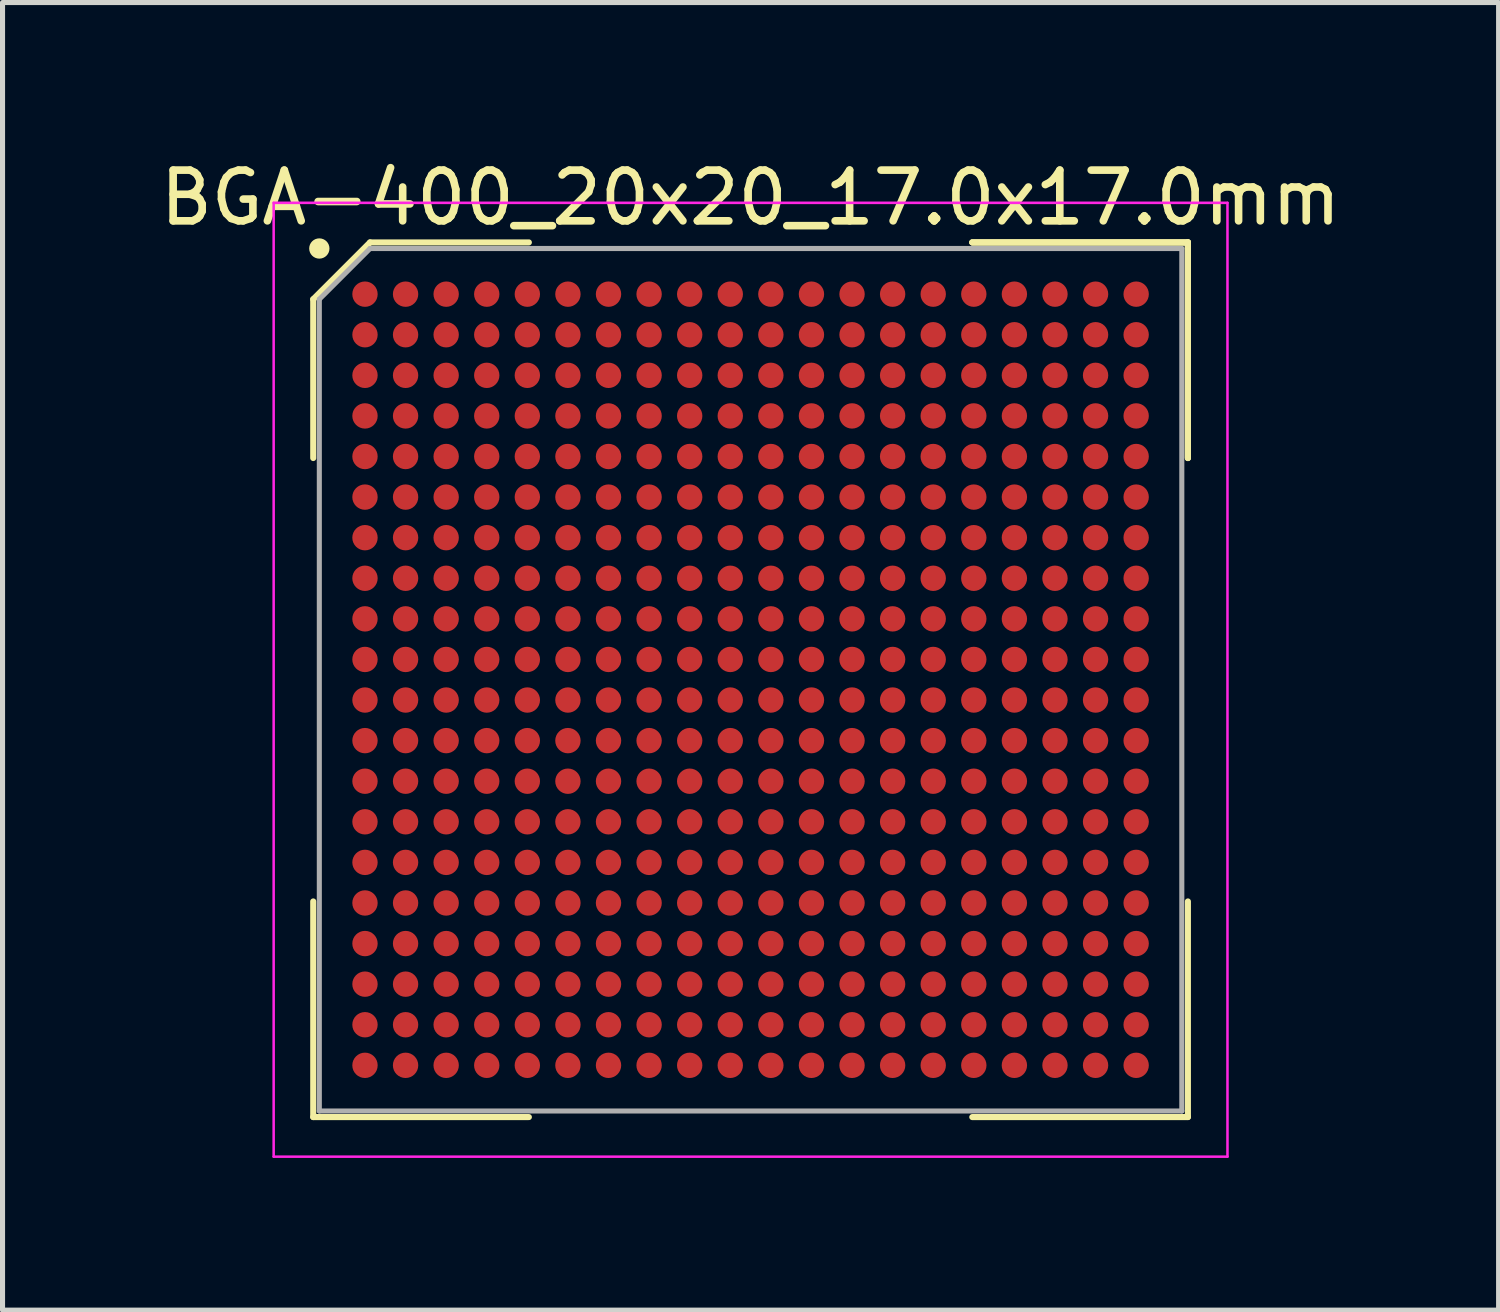
<source format=kicad_pcb>
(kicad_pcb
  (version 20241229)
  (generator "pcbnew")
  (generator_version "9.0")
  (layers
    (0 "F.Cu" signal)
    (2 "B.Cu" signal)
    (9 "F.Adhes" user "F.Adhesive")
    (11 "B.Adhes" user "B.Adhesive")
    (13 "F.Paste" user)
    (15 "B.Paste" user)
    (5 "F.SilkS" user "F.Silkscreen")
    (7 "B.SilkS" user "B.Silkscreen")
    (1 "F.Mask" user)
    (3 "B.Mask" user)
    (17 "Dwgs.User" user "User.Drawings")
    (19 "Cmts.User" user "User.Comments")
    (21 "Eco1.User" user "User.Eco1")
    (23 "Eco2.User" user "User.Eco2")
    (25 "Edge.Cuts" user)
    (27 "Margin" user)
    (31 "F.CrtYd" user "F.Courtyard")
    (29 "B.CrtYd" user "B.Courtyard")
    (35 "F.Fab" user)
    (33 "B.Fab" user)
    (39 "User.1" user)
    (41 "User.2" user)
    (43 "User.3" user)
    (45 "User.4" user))
  (footprint "BGA-400_20x20_17.0x17.0mm"
    (layer "F.Cu")
    (at 11.744 10.348)
    (property "Reference" "BGA-400_20x20_17.0x17.0mm" (at 0 -9.5 0) (layer "F.SilkS") (effects (font (size 1 1) (thickness 0.15))))
    (attr smd)
    (fp_line (start -8.62 -7.5) (end -8.62 -4.37) (stroke (width 0.12) (type solid)) (layer "F.SilkS"))
    (fp_line (start -8.62 8.62) (end -8.62 4.37) (stroke (width 0.12) (type solid)) (layer "F.SilkS"))
    (fp_line (start -7.5 -8.62) (end -8.62 -7.5) (stroke (width 0.12) (type solid)) (layer "F.SilkS"))
    (fp_line (start -4.37 -8.62) (end -7.5 -8.62) (stroke (width 0.12) (type solid)) (layer "F.SilkS"))
    (fp_line (start -4.37 8.62) (end -8.62 8.62) (stroke (width 0.12) (type solid)) (layer "F.SilkS"))
    (fp_line (start 4.37 -8.62) (end 8.62 -8.62) (stroke (width 0.12) (type solid)) (layer "F.SilkS"))
    (fp_line (start 4.37 -8.62) (end 8.62 -8.62) (stroke (width 0.12) (type solid)) (layer "F.SilkS"))
    (fp_line (start 4.37 -8.62) (end 8.62 -8.62) (stroke (width 0.12) (type solid)) (layer "F.SilkS"))
    (fp_line (start 4.37 8.62) (end 8.62 8.62) (stroke (width 0.12) (type solid)) (layer "F.SilkS"))
    (fp_line (start 8.62 -8.62) (end 8.62 -4.37) (stroke (width 0.12) (type solid)) (layer "F.SilkS"))
    (fp_line (start 8.62 -8.62) (end 8.62 -4.37) (stroke (width 0.12) (type solid)) (layer "F.SilkS"))
    (fp_line (start 8.62 -8.62) (end 8.62 -4.37) (stroke (width 0.12) (type solid)) (layer "F.SilkS"))
    (fp_line (start 8.62 8.62) (end 8.62 4.37) (stroke (width 0.12) (type solid)) (layer "F.SilkS"))
    (fp_circle (center -8.5 -8.5) (end -8.5 -8.4) (stroke (width 0.2) (type solid)) (fill no) (layer "F.SilkS"))
    (fp_line (start -9.4 -9.4) (end 9.4 -9.4) (stroke (width 0.05) (type solid)) (layer "F.CrtYd"))
    (fp_line (start -9.4 9.4) (end -9.4 -9.4) (stroke (width 0.05) (type solid)) (layer "F.CrtYd"))
    (fp_line (start 9.4 -9.4) (end 9.4 9.4) (stroke (width 0.05) (type solid)) (layer "F.CrtYd"))
    (fp_line (start 9.4 9.4) (end -9.4 9.4) (stroke (width 0.05) (type solid)) (layer "F.CrtYd"))
    (fp_line (start -8.5 -7.5) (end -8.5 8.5) (stroke (width 0.1) (type solid)) (layer "F.Fab"))
    (fp_line (start -8.5 8.5) (end 8.5 8.5) (stroke (width 0.1) (type solid)) (layer "F.Fab"))
    (fp_line (start -7.5 -8.5) (end -8.5 -7.5) (stroke (width 0.1) (type solid)) (layer "F.Fab"))
    (fp_line (start 8.5 -8.5) (end -7.5 -8.5) (stroke (width 0.1) (type solid)) (layer "F.Fab"))
    (fp_line (start 8.5 8.5) (end 8.5 -8.5) (stroke (width 0.1) (type solid)) (layer "F.Fab"))
    (pad "A1" smd circle (at -7.6 -7.6) (size 0.5 0.5) (layers "F.Cu" "F.Mask" "F.Paste"))
    (pad "A2" smd circle (at -6.8 -7.6) (size 0.5 0.5) (layers "F.Cu" "F.Mask" "F.Paste"))
    (pad "A3" smd circle (at -6 -7.6) (size 0.5 0.5) (layers "F.Cu" "F.Mask" "F.Paste"))
    (pad "A4" smd circle (at -5.2 -7.6) (size 0.5 0.5) (layers "F.Cu" "F.Mask" "F.Paste"))
    (pad "A5" smd circle (at -4.4 -7.6) (size 0.5 0.5) (layers "F.Cu" "F.Mask" "F.Paste"))
    (pad "A6" smd circle (at -3.6 -7.6) (size 0.5 0.5) (layers "F.Cu" "F.Mask" "F.Paste"))
    (pad "A7" smd circle (at -2.8 -7.6) (size 0.5 0.5) (layers "F.Cu" "F.Mask" "F.Paste"))
    (pad "A8" smd circle (at -2 -7.6) (size 0.5 0.5) (layers "F.Cu" "F.Mask" "F.Paste"))
    (pad "A9" smd circle (at -1.2 -7.6) (size 0.5 0.5) (layers "F.Cu" "F.Mask" "F.Paste"))
    (pad "A10" smd circle (at -0.4 -7.6) (size 0.5 0.5) (layers "F.Cu" "F.Mask" "F.Paste"))
    (pad "A11" smd circle (at 0.4 -7.6) (size 0.5 0.5) (layers "F.Cu" "F.Mask" "F.Paste"))
    (pad "A12" smd circle (at 1.2 -7.6) (size 0.5 0.5) (layers "F.Cu" "F.Mask" "F.Paste"))
    (pad "A13" smd circle (at 2 -7.6) (size 0.5 0.5) (layers "F.Cu" "F.Mask" "F.Paste"))
    (pad "A14" smd circle (at 2.8 -7.6) (size 0.5 0.5) (layers "F.Cu" "F.Mask" "F.Paste"))
    (pad "A15" smd circle (at 3.6 -7.6) (size 0.5 0.5) (layers "F.Cu" "F.Mask" "F.Paste"))
    (pad "A16" smd circle (at 4.4 -7.6) (size 0.5 0.5) (layers "F.Cu" "F.Mask" "F.Paste"))
    (pad "A17" smd circle (at 5.2 -7.6) (size 0.5 0.5) (layers "F.Cu" "F.Mask" "F.Paste"))
    (pad "A18" smd circle (at 6 -7.6) (size 0.5 0.5) (layers "F.Cu" "F.Mask" "F.Paste"))
    (pad "A19" smd circle (at 6.8 -7.6) (size 0.5 0.5) (layers "F.Cu" "F.Mask" "F.Paste"))
    (pad "A20" smd circle (at 7.6 -7.6) (size 0.5 0.5) (layers "F.Cu" "F.Mask" "F.Paste"))
    (pad "B1" smd circle (at -7.6 -6.8) (size 0.5 0.5) (layers "F.Cu" "F.Mask" "F.Paste"))
    (pad "B2" smd circle (at -6.8 -6.8) (size 0.5 0.5) (layers "F.Cu" "F.Mask" "F.Paste"))
    (pad "B3" smd circle (at -6 -6.8) (size 0.5 0.5) (layers "F.Cu" "F.Mask" "F.Paste"))
    (pad "B4" smd circle (at -5.2 -6.8) (size 0.5 0.5) (layers "F.Cu" "F.Mask" "F.Paste"))
    (pad "B5" smd circle (at -4.4 -6.8) (size 0.5 0.5) (layers "F.Cu" "F.Mask" "F.Paste"))
    (pad "B6" smd circle (at -3.6 -6.8) (size 0.5 0.5) (layers "F.Cu" "F.Mask" "F.Paste"))
    (pad "B7" smd circle (at -2.8 -6.8) (size 0.5 0.5) (layers "F.Cu" "F.Mask" "F.Paste"))
    (pad "B8" smd circle (at -2 -6.8) (size 0.5 0.5) (layers "F.Cu" "F.Mask" "F.Paste"))
    (pad "B9" smd circle (at -1.2 -6.8) (size 0.5 0.5) (layers "F.Cu" "F.Mask" "F.Paste"))
    (pad "B10" smd circle (at -0.4 -6.8) (size 0.5 0.5) (layers "F.Cu" "F.Mask" "F.Paste"))
    (pad "B11" smd circle (at 0.4 -6.8) (size 0.5 0.5) (layers "F.Cu" "F.Mask" "F.Paste"))
    (pad "B12" smd circle (at 1.2 -6.8) (size 0.5 0.5) (layers "F.Cu" "F.Mask" "F.Paste"))
    (pad "B13" smd circle (at 2 -6.8) (size 0.5 0.5) (layers "F.Cu" "F.Mask" "F.Paste"))
    (pad "B14" smd circle (at 2.8 -6.8) (size 0.5 0.5) (layers "F.Cu" "F.Mask" "F.Paste"))
    (pad "B15" smd circle (at 3.6 -6.8) (size 0.5 0.5) (layers "F.Cu" "F.Mask" "F.Paste"))
    (pad "B16" smd circle (at 4.4 -6.8) (size 0.5 0.5) (layers "F.Cu" "F.Mask" "F.Paste"))
    (pad "B17" smd circle (at 5.2 -6.8) (size 0.5 0.5) (layers "F.Cu" "F.Mask" "F.Paste"))
    (pad "B18" smd circle (at 6 -6.8) (size 0.5 0.5) (layers "F.Cu" "F.Mask" "F.Paste"))
    (pad "B19" smd circle (at 6.8 -6.8) (size 0.5 0.5) (layers "F.Cu" "F.Mask" "F.Paste"))
    (pad "B20" smd circle (at 7.6 -6.8) (size 0.5 0.5) (layers "F.Cu" "F.Mask" "F.Paste"))
    (pad "C1" smd circle (at -7.6 -6) (size 0.5 0.5) (layers "F.Cu" "F.Mask" "F.Paste"))
    (pad "C2" smd circle (at -6.8 -6) (size 0.5 0.5) (layers "F.Cu" "F.Mask" "F.Paste"))
    (pad "C3" smd circle (at -6 -6) (size 0.5 0.5) (layers "F.Cu" "F.Mask" "F.Paste"))
    (pad "C4" smd circle (at -5.2 -6) (size 0.5 0.5) (layers "F.Cu" "F.Mask" "F.Paste"))
    (pad "C5" smd circle (at -4.4 -6) (size 0.5 0.5) (layers "F.Cu" "F.Mask" "F.Paste"))
    (pad "C6" smd circle (at -3.6 -6) (size 0.5 0.5) (layers "F.Cu" "F.Mask" "F.Paste"))
    (pad "C7" smd circle (at -2.8 -6) (size 0.5 0.5) (layers "F.Cu" "F.Mask" "F.Paste"))
    (pad "C8" smd circle (at -2 -6) (size 0.5 0.5) (layers "F.Cu" "F.Mask" "F.Paste"))
    (pad "C9" smd circle (at -1.2 -6) (size 0.5 0.5) (layers "F.Cu" "F.Mask" "F.Paste"))
    (pad "C10" smd circle (at -0.4 -6) (size 0.5 0.5) (layers "F.Cu" "F.Mask" "F.Paste"))
    (pad "C11" smd circle (at 0.4 -6) (size 0.5 0.5) (layers "F.Cu" "F.Mask" "F.Paste"))
    (pad "C12" smd circle (at 1.2 -6) (size 0.5 0.5) (layers "F.Cu" "F.Mask" "F.Paste"))
    (pad "C13" smd circle (at 2 -6) (size 0.5 0.5) (layers "F.Cu" "F.Mask" "F.Paste"))
    (pad "C14" smd circle (at 2.8 -6) (size 0.5 0.5) (layers "F.Cu" "F.Mask" "F.Paste"))
    (pad "C15" smd circle (at 3.6 -6) (size 0.5 0.5) (layers "F.Cu" "F.Mask" "F.Paste"))
    (pad "C16" smd circle (at 4.4 -6) (size 0.5 0.5) (layers "F.Cu" "F.Mask" "F.Paste"))
    (pad "C17" smd circle (at 5.2 -6) (size 0.5 0.5) (layers "F.Cu" "F.Mask" "F.Paste"))
    (pad "C18" smd circle (at 6 -6) (size 0.5 0.5) (layers "F.Cu" "F.Mask" "F.Paste"))
    (pad "C19" smd circle (at 6.8 -6) (size 0.5 0.5) (layers "F.Cu" "F.Mask" "F.Paste"))
    (pad "C20" smd circle (at 7.6 -6) (size 0.5 0.5) (layers "F.Cu" "F.Mask" "F.Paste"))
    (pad "D1" smd circle (at -7.6 -5.2) (size 0.5 0.5) (layers "F.Cu" "F.Mask" "F.Paste"))
    (pad "D2" smd circle (at -6.8 -5.2) (size 0.5 0.5) (layers "F.Cu" "F.Mask" "F.Paste"))
    (pad "D3" smd circle (at -6 -5.2) (size 0.5 0.5) (layers "F.Cu" "F.Mask" "F.Paste"))
    (pad "D4" smd circle (at -5.2 -5.2) (size 0.5 0.5) (layers "F.Cu" "F.Mask" "F.Paste"))
    (pad "D5" smd circle (at -4.4 -5.2) (size 0.5 0.5) (layers "F.Cu" "F.Mask" "F.Paste"))
    (pad "D6" smd circle (at -3.6 -5.2) (size 0.5 0.5) (layers "F.Cu" "F.Mask" "F.Paste"))
    (pad "D7" smd circle (at -2.8 -5.2) (size 0.5 0.5) (layers "F.Cu" "F.Mask" "F.Paste"))
    (pad "D8" smd circle (at -2 -5.2) (size 0.5 0.5) (layers "F.Cu" "F.Mask" "F.Paste"))
    (pad "D9" smd circle (at -1.2 -5.2) (size 0.5 0.5) (layers "F.Cu" "F.Mask" "F.Paste"))
    (pad "D10" smd circle (at -0.4 -5.2) (size 0.5 0.5) (layers "F.Cu" "F.Mask" "F.Paste"))
    (pad "D11" smd circle (at 0.4 -5.2) (size 0.5 0.5) (layers "F.Cu" "F.Mask" "F.Paste"))
    (pad "D12" smd circle (at 1.2 -5.2) (size 0.5 0.5) (layers "F.Cu" "F.Mask" "F.Paste"))
    (pad "D13" smd circle (at 2 -5.2) (size 0.5 0.5) (layers "F.Cu" "F.Mask" "F.Paste"))
    (pad "D14" smd circle (at 2.8 -5.2) (size 0.5 0.5) (layers "F.Cu" "F.Mask" "F.Paste"))
    (pad "D15" smd circle (at 3.6 -5.2) (size 0.5 0.5) (layers "F.Cu" "F.Mask" "F.Paste"))
    (pad "D16" smd circle (at 4.4 -5.2) (size 0.5 0.5) (layers "F.Cu" "F.Mask" "F.Paste"))
    (pad "D17" smd circle (at 5.2 -5.2) (size 0.5 0.5) (layers "F.Cu" "F.Mask" "F.Paste"))
    (pad "D18" smd circle (at 6 -5.2) (size 0.5 0.5) (layers "F.Cu" "F.Mask" "F.Paste"))
    (pad "D19" smd circle (at 6.8 -5.2) (size 0.5 0.5) (layers "F.Cu" "F.Mask" "F.Paste"))
    (pad "D20" smd circle (at 7.6 -5.2) (size 0.5 0.5) (layers "F.Cu" "F.Mask" "F.Paste"))
    (pad "E1" smd circle (at -7.6 -4.4) (size 0.5 0.5) (layers "F.Cu" "F.Mask" "F.Paste"))
    (pad "E2" smd circle (at -6.8 -4.4) (size 0.5 0.5) (layers "F.Cu" "F.Mask" "F.Paste"))
    (pad "E3" smd circle (at -6 -4.4) (size 0.5 0.5) (layers "F.Cu" "F.Mask" "F.Paste"))
    (pad "E4" smd circle (at -5.2 -4.4) (size 0.5 0.5) (layers "F.Cu" "F.Mask" "F.Paste"))
    (pad "E5" smd circle (at -4.4 -4.4) (size 0.5 0.5) (layers "F.Cu" "F.Mask" "F.Paste"))
    (pad "E6" smd circle (at -3.6 -4.4) (size 0.5 0.5) (layers "F.Cu" "F.Mask" "F.Paste"))
    (pad "E7" smd circle (at -2.8 -4.4) (size 0.5 0.5) (layers "F.Cu" "F.Mask" "F.Paste"))
    (pad "E8" smd circle (at -2 -4.4) (size 0.5 0.5) (layers "F.Cu" "F.Mask" "F.Paste"))
    (pad "E9" smd circle (at -1.2 -4.4) (size 0.5 0.5) (layers "F.Cu" "F.Mask" "F.Paste"))
    (pad "E10" smd circle (at -0.4 -4.4) (size 0.5 0.5) (layers "F.Cu" "F.Mask" "F.Paste"))
    (pad "E11" smd circle (at 0.4 -4.4) (size 0.5 0.5) (layers "F.Cu" "F.Mask" "F.Paste"))
    (pad "E12" smd circle (at 1.2 -4.4) (size 0.5 0.5) (layers "F.Cu" "F.Mask" "F.Paste"))
    (pad "E13" smd circle (at 2 -4.4) (size 0.5 0.5) (layers "F.Cu" "F.Mask" "F.Paste"))
    (pad "E14" smd circle (at 2.8 -4.4) (size 0.5 0.5) (layers "F.Cu" "F.Mask" "F.Paste"))
    (pad "E15" smd circle (at 3.6 -4.4) (size 0.5 0.5) (layers "F.Cu" "F.Mask" "F.Paste"))
    (pad "E16" smd circle (at 4.4 -4.4) (size 0.5 0.5) (layers "F.Cu" "F.Mask" "F.Paste"))
    (pad "E17" smd circle (at 5.2 -4.4) (size 0.5 0.5) (layers "F.Cu" "F.Mask" "F.Paste"))
    (pad "E18" smd circle (at 6 -4.4) (size 0.5 0.5) (layers "F.Cu" "F.Mask" "F.Paste"))
    (pad "E19" smd circle (at 6.8 -4.4) (size 0.5 0.5) (layers "F.Cu" "F.Mask" "F.Paste"))
    (pad "E20" smd circle (at 7.6 -4.4) (size 0.5 0.5) (layers "F.Cu" "F.Mask" "F.Paste"))
    (pad "F1" smd circle (at -7.6 -3.6) (size 0.5 0.5) (layers "F.Cu" "F.Mask" "F.Paste"))
    (pad "F2" smd circle (at -6.8 -3.6) (size 0.5 0.5) (layers "F.Cu" "F.Mask" "F.Paste"))
    (pad "F3" smd circle (at -6 -3.6) (size 0.5 0.5) (layers "F.Cu" "F.Mask" "F.Paste"))
    (pad "F4" smd circle (at -5.2 -3.6) (size 0.5 0.5) (layers "F.Cu" "F.Mask" "F.Paste"))
    (pad "F5" smd circle (at -4.4 -3.6) (size 0.5 0.5) (layers "F.Cu" "F.Mask" "F.Paste"))
    (pad "F6" smd circle (at -3.6 -3.6) (size 0.5 0.5) (layers "F.Cu" "F.Mask" "F.Paste"))
    (pad "F7" smd circle (at -2.8 -3.6) (size 0.5 0.5) (layers "F.Cu" "F.Mask" "F.Paste"))
    (pad "F8" smd circle (at -2 -3.6) (size 0.5 0.5) (layers "F.Cu" "F.Mask" "F.Paste"))
    (pad "F9" smd circle (at -1.2 -3.6) (size 0.5 0.5) (layers "F.Cu" "F.Mask" "F.Paste"))
    (pad "F10" smd circle (at -0.4 -3.6) (size 0.5 0.5) (layers "F.Cu" "F.Mask" "F.Paste"))
    (pad "F11" smd circle (at 0.4 -3.6) (size 0.5 0.5) (layers "F.Cu" "F.Mask" "F.Paste"))
    (pad "F12" smd circle (at 1.2 -3.6) (size 0.5 0.5) (layers "F.Cu" "F.Mask" "F.Paste"))
    (pad "F13" smd circle (at 2 -3.6) (size 0.5 0.5) (layers "F.Cu" "F.Mask" "F.Paste"))
    (pad "F14" smd circle (at 2.8 -3.6) (size 0.5 0.5) (layers "F.Cu" "F.Mask" "F.Paste"))
    (pad "F15" smd circle (at 3.6 -3.6) (size 0.5 0.5) (layers "F.Cu" "F.Mask" "F.Paste"))
    (pad "F16" smd circle (at 4.4 -3.6) (size 0.5 0.5) (layers "F.Cu" "F.Mask" "F.Paste"))
    (pad "F17" smd circle (at 5.2 -3.6) (size 0.5 0.5) (layers "F.Cu" "F.Mask" "F.Paste"))
    (pad "F18" smd circle (at 6 -3.6) (size 0.5 0.5) (layers "F.Cu" "F.Mask" "F.Paste"))
    (pad "F19" smd circle (at 6.8 -3.6) (size 0.5 0.5) (layers "F.Cu" "F.Mask" "F.Paste"))
    (pad "F20" smd circle (at 7.6 -3.6) (size 0.5 0.5) (layers "F.Cu" "F.Mask" "F.Paste"))
    (pad "G1" smd circle (at -7.6 -2.8) (size 0.5 0.5) (layers "F.Cu" "F.Mask" "F.Paste"))
    (pad "G2" smd circle (at -6.8 -2.8) (size 0.5 0.5) (layers "F.Cu" "F.Mask" "F.Paste"))
    (pad "G3" smd circle (at -6 -2.8) (size 0.5 0.5) (layers "F.Cu" "F.Mask" "F.Paste"))
    (pad "G4" smd circle (at -5.2 -2.8) (size 0.5 0.5) (layers "F.Cu" "F.Mask" "F.Paste"))
    (pad "G5" smd circle (at -4.4 -2.8) (size 0.5 0.5) (layers "F.Cu" "F.Mask" "F.Paste"))
    (pad "G6" smd circle (at -3.6 -2.8) (size 0.5 0.5) (layers "F.Cu" "F.Mask" "F.Paste"))
    (pad "G7" smd circle (at -2.8 -2.8) (size 0.5 0.5) (layers "F.Cu" "F.Mask" "F.Paste"))
    (pad "G8" smd circle (at -2 -2.8) (size 0.5 0.5) (layers "F.Cu" "F.Mask" "F.Paste"))
    (pad "G9" smd circle (at -1.2 -2.8) (size 0.5 0.5) (layers "F.Cu" "F.Mask" "F.Paste"))
    (pad "G10" smd circle (at -0.4 -2.8) (size 0.5 0.5) (layers "F.Cu" "F.Mask" "F.Paste"))
    (pad "G11" smd circle (at 0.4 -2.8) (size 0.5 0.5) (layers "F.Cu" "F.Mask" "F.Paste"))
    (pad "G12" smd circle (at 1.2 -2.8) (size 0.5 0.5) (layers "F.Cu" "F.Mask" "F.Paste"))
    (pad "G13" smd circle (at 2 -2.8) (size 0.5 0.5) (layers "F.Cu" "F.Mask" "F.Paste"))
    (pad "G14" smd circle (at 2.8 -2.8) (size 0.5 0.5) (layers "F.Cu" "F.Mask" "F.Paste"))
    (pad "G15" smd circle (at 3.6 -2.8) (size 0.5 0.5) (layers "F.Cu" "F.Mask" "F.Paste"))
    (pad "G16" smd circle (at 4.4 -2.8) (size 0.5 0.5) (layers "F.Cu" "F.Mask" "F.Paste"))
    (pad "G17" smd circle (at 5.2 -2.8) (size 0.5 0.5) (layers "F.Cu" "F.Mask" "F.Paste"))
    (pad "G18" smd circle (at 6 -2.8) (size 0.5 0.5) (layers "F.Cu" "F.Mask" "F.Paste"))
    (pad "G19" smd circle (at 6.8 -2.8) (size 0.5 0.5) (layers "F.Cu" "F.Mask" "F.Paste"))
    (pad "G20" smd circle (at 7.6 -2.8) (size 0.5 0.5) (layers "F.Cu" "F.Mask" "F.Paste"))
    (pad "H1" smd circle (at -7.6 -2) (size 0.5 0.5) (layers "F.Cu" "F.Mask" "F.Paste"))
    (pad "H2" smd circle (at -6.8 -2) (size 0.5 0.5) (layers "F.Cu" "F.Mask" "F.Paste"))
    (pad "H3" smd circle (at -6 -2) (size 0.5 0.5) (layers "F.Cu" "F.Mask" "F.Paste"))
    (pad "H4" smd circle (at -5.2 -2) (size 0.5 0.5) (layers "F.Cu" "F.Mask" "F.Paste"))
    (pad "H5" smd circle (at -4.4 -2) (size 0.5 0.5) (layers "F.Cu" "F.Mask" "F.Paste"))
    (pad "H6" smd circle (at -3.6 -2) (size 0.5 0.5) (layers "F.Cu" "F.Mask" "F.Paste"))
    (pad "H7" smd circle (at -2.8 -2) (size 0.5 0.5) (layers "F.Cu" "F.Mask" "F.Paste"))
    (pad "H8" smd circle (at -2 -2) (size 0.5 0.5) (layers "F.Cu" "F.Mask" "F.Paste"))
    (pad "H9" smd circle (at -1.2 -2) (size 0.5 0.5) (layers "F.Cu" "F.Mask" "F.Paste"))
    (pad "H10" smd circle (at -0.4 -2) (size 0.5 0.5) (layers "F.Cu" "F.Mask" "F.Paste"))
    (pad "H11" smd circle (at 0.4 -2) (size 0.5 0.5) (layers "F.Cu" "F.Mask" "F.Paste"))
    (pad "H12" smd circle (at 1.2 -2) (size 0.5 0.5) (layers "F.Cu" "F.Mask" "F.Paste"))
    (pad "H13" smd circle (at 2 -2) (size 0.5 0.5) (layers "F.Cu" "F.Mask" "F.Paste"))
    (pad "H14" smd circle (at 2.8 -2) (size 0.5 0.5) (layers "F.Cu" "F.Mask" "F.Paste"))
    (pad "H15" smd circle (at 3.6 -2) (size 0.5 0.5) (layers "F.Cu" "F.Mask" "F.Paste"))
    (pad "H16" smd circle (at 4.4 -2) (size 0.5 0.5) (layers "F.Cu" "F.Mask" "F.Paste"))
    (pad "H17" smd circle (at 5.2 -2) (size 0.5 0.5) (layers "F.Cu" "F.Mask" "F.Paste"))
    (pad "H18" smd circle (at 6 -2) (size 0.5 0.5) (layers "F.Cu" "F.Mask" "F.Paste"))
    (pad "H19" smd circle (at 6.8 -2) (size 0.5 0.5) (layers "F.Cu" "F.Mask" "F.Paste"))
    (pad "H20" smd circle (at 7.6 -2) (size 0.5 0.5) (layers "F.Cu" "F.Mask" "F.Paste"))
    (pad "J1" smd circle (at -7.6 -1.2) (size 0.5 0.5) (layers "F.Cu" "F.Mask" "F.Paste"))
    (pad "J2" smd circle (at -6.8 -1.2) (size 0.5 0.5) (layers "F.Cu" "F.Mask" "F.Paste"))
    (pad "J3" smd circle (at -6 -1.2) (size 0.5 0.5) (layers "F.Cu" "F.Mask" "F.Paste"))
    (pad "J4" smd circle (at -5.2 -1.2) (size 0.5 0.5) (layers "F.Cu" "F.Mask" "F.Paste"))
    (pad "J5" smd circle (at -4.4 -1.2) (size 0.5 0.5) (layers "F.Cu" "F.Mask" "F.Paste"))
    (pad "J6" smd circle (at -3.6 -1.2) (size 0.5 0.5) (layers "F.Cu" "F.Mask" "F.Paste"))
    (pad "J7" smd circle (at -2.8 -1.2) (size 0.5 0.5) (layers "F.Cu" "F.Mask" "F.Paste"))
    (pad "J8" smd circle (at -2 -1.2) (size 0.5 0.5) (layers "F.Cu" "F.Mask" "F.Paste"))
    (pad "J9" smd circle (at -1.2 -1.2) (size 0.5 0.5) (layers "F.Cu" "F.Mask" "F.Paste"))
    (pad "J10" smd circle (at -0.4 -1.2) (size 0.5 0.5) (layers "F.Cu" "F.Mask" "F.Paste"))
    (pad "J11" smd circle (at 0.4 -1.2) (size 0.5 0.5) (layers "F.Cu" "F.Mask" "F.Paste"))
    (pad "J12" smd circle (at 1.2 -1.2) (size 0.5 0.5) (layers "F.Cu" "F.Mask" "F.Paste"))
    (pad "J13" smd circle (at 2 -1.2) (size 0.5 0.5) (layers "F.Cu" "F.Mask" "F.Paste"))
    (pad "J14" smd circle (at 2.8 -1.2) (size 0.5 0.5) (layers "F.Cu" "F.Mask" "F.Paste"))
    (pad "J15" smd circle (at 3.6 -1.2) (size 0.5 0.5) (layers "F.Cu" "F.Mask" "F.Paste"))
    (pad "J16" smd circle (at 4.4 -1.2) (size 0.5 0.5) (layers "F.Cu" "F.Mask" "F.Paste"))
    (pad "J17" smd circle (at 5.2 -1.2) (size 0.5 0.5) (layers "F.Cu" "F.Mask" "F.Paste"))
    (pad "J18" smd circle (at 6 -1.2) (size 0.5 0.5) (layers "F.Cu" "F.Mask" "F.Paste"))
    (pad "J19" smd circle (at 6.8 -1.2) (size 0.5 0.5) (layers "F.Cu" "F.Mask" "F.Paste"))
    (pad "J20" smd circle (at 7.6 -1.2) (size 0.5 0.5) (layers "F.Cu" "F.Mask" "F.Paste"))
    (pad "K1" smd circle (at -7.6 -0.4) (size 0.5 0.5) (layers "F.Cu" "F.Mask" "F.Paste"))
    (pad "K2" smd circle (at -6.8 -0.4) (size 0.5 0.5) (layers "F.Cu" "F.Mask" "F.Paste"))
    (pad "K3" smd circle (at -6 -0.4) (size 0.5 0.5) (layers "F.Cu" "F.Mask" "F.Paste"))
    (pad "K4" smd circle (at -5.2 -0.4) (size 0.5 0.5) (layers "F.Cu" "F.Mask" "F.Paste"))
    (pad "K5" smd circle (at -4.4 -0.4) (size 0.5 0.5) (layers "F.Cu" "F.Mask" "F.Paste"))
    (pad "K6" smd circle (at -3.6 -0.4) (size 0.5 0.5) (layers "F.Cu" "F.Mask" "F.Paste"))
    (pad "K7" smd circle (at -2.8 -0.4) (size 0.5 0.5) (layers "F.Cu" "F.Mask" "F.Paste"))
    (pad "K8" smd circle (at -2 -0.4) (size 0.5 0.5) (layers "F.Cu" "F.Mask" "F.Paste"))
    (pad "K9" smd circle (at -1.2 -0.4) (size 0.5 0.5) (layers "F.Cu" "F.Mask" "F.Paste"))
    (pad "K10" smd circle (at -0.4 -0.4) (size 0.5 0.5) (layers "F.Cu" "F.Mask" "F.Paste"))
    (pad "K11" smd circle (at 0.4 -0.4) (size 0.5 0.5) (layers "F.Cu" "F.Mask" "F.Paste"))
    (pad "K12" smd circle (at 1.2 -0.4) (size 0.5 0.5) (layers "F.Cu" "F.Mask" "F.Paste"))
    (pad "K13" smd circle (at 2 -0.4) (size 0.5 0.5) (layers "F.Cu" "F.Mask" "F.Paste"))
    (pad "K14" smd circle (at 2.8 -0.4) (size 0.5 0.5) (layers "F.Cu" "F.Mask" "F.Paste"))
    (pad "K15" smd circle (at 3.6 -0.4) (size 0.5 0.5) (layers "F.Cu" "F.Mask" "F.Paste"))
    (pad "K16" smd circle (at 4.4 -0.4) (size 0.5 0.5) (layers "F.Cu" "F.Mask" "F.Paste"))
    (pad "K17" smd circle (at 5.2 -0.4) (size 0.5 0.5) (layers "F.Cu" "F.Mask" "F.Paste"))
    (pad "K18" smd circle (at 6 -0.4) (size 0.5 0.5) (layers "F.Cu" "F.Mask" "F.Paste"))
    (pad "K19" smd circle (at 6.8 -0.4) (size 0.5 0.5) (layers "F.Cu" "F.Mask" "F.Paste"))
    (pad "K20" smd circle (at 7.6 -0.4) (size 0.5 0.5) (layers "F.Cu" "F.Mask" "F.Paste"))
    (pad "L1" smd circle (at -7.6 0.4) (size 0.5 0.5) (layers "F.Cu" "F.Mask" "F.Paste"))
    (pad "L2" smd circle (at -6.8 0.4) (size 0.5 0.5) (layers "F.Cu" "F.Mask" "F.Paste"))
    (pad "L3" smd circle (at -6 0.4) (size 0.5 0.5) (layers "F.Cu" "F.Mask" "F.Paste"))
    (pad "L4" smd circle (at -5.2 0.4) (size 0.5 0.5) (layers "F.Cu" "F.Mask" "F.Paste"))
    (pad "L5" smd circle (at -4.4 0.4) (size 0.5 0.5) (layers "F.Cu" "F.Mask" "F.Paste"))
    (pad "L6" smd circle (at -3.6 0.4) (size 0.5 0.5) (layers "F.Cu" "F.Mask" "F.Paste"))
    (pad "L7" smd circle (at -2.8 0.4) (size 0.5 0.5) (layers "F.Cu" "F.Mask" "F.Paste"))
    (pad "L8" smd circle (at -2 0.4) (size 0.5 0.5) (layers "F.Cu" "F.Mask" "F.Paste"))
    (pad "L9" smd circle (at -1.2 0.4) (size 0.5 0.5) (layers "F.Cu" "F.Mask" "F.Paste"))
    (pad "L10" smd circle (at -0.4 0.4) (size 0.5 0.5) (layers "F.Cu" "F.Mask" "F.Paste"))
    (pad "L11" smd circle (at 0.4 0.4) (size 0.5 0.5) (layers "F.Cu" "F.Mask" "F.Paste"))
    (pad "L12" smd circle (at 1.2 0.4) (size 0.5 0.5) (layers "F.Cu" "F.Mask" "F.Paste"))
    (pad "L13" smd circle (at 2 0.4) (size 0.5 0.5) (layers "F.Cu" "F.Mask" "F.Paste"))
    (pad "L14" smd circle (at 2.8 0.4) (size 0.5 0.5) (layers "F.Cu" "F.Mask" "F.Paste"))
    (pad "L15" smd circle (at 3.6 0.4) (size 0.5 0.5) (layers "F.Cu" "F.Mask" "F.Paste"))
    (pad "L16" smd circle (at 4.4 0.4) (size 0.5 0.5) (layers "F.Cu" "F.Mask" "F.Paste"))
    (pad "L17" smd circle (at 5.2 0.4) (size 0.5 0.5) (layers "F.Cu" "F.Mask" "F.Paste"))
    (pad "L18" smd circle (at 6 0.4) (size 0.5 0.5) (layers "F.Cu" "F.Mask" "F.Paste"))
    (pad "L19" smd circle (at 6.8 0.4) (size 0.5 0.5) (layers "F.Cu" "F.Mask" "F.Paste"))
    (pad "L20" smd circle (at 7.6 0.4) (size 0.5 0.5) (layers "F.Cu" "F.Mask" "F.Paste"))
    (pad "M1" smd circle (at -7.6 1.2) (size 0.5 0.5) (layers "F.Cu" "F.Mask" "F.Paste"))
    (pad "M2" smd circle (at -6.8 1.2) (size 0.5 0.5) (layers "F.Cu" "F.Mask" "F.Paste"))
    (pad "M3" smd circle (at -6 1.2) (size 0.5 0.5) (layers "F.Cu" "F.Mask" "F.Paste"))
    (pad "M4" smd circle (at -5.2 1.2) (size 0.5 0.5) (layers "F.Cu" "F.Mask" "F.Paste"))
    (pad "M5" smd circle (at -4.4 1.2) (size 0.5 0.5) (layers "F.Cu" "F.Mask" "F.Paste"))
    (pad "M6" smd circle (at -3.6 1.2) (size 0.5 0.5) (layers "F.Cu" "F.Mask" "F.Paste"))
    (pad "M7" smd circle (at -2.8 1.2) (size 0.5 0.5) (layers "F.Cu" "F.Mask" "F.Paste"))
    (pad "M8" smd circle (at -2 1.2) (size 0.5 0.5) (layers "F.Cu" "F.Mask" "F.Paste"))
    (pad "M9" smd circle (at -1.2 1.2) (size 0.5 0.5) (layers "F.Cu" "F.Mask" "F.Paste"))
    (pad "M10" smd circle (at -0.4 1.2) (size 0.5 0.5) (layers "F.Cu" "F.Mask" "F.Paste"))
    (pad "M11" smd circle (at 0.4 1.2) (size 0.5 0.5) (layers "F.Cu" "F.Mask" "F.Paste"))
    (pad "M12" smd circle (at 1.2 1.2) (size 0.5 0.5) (layers "F.Cu" "F.Mask" "F.Paste"))
    (pad "M13" smd circle (at 2 1.2) (size 0.5 0.5) (layers "F.Cu" "F.Mask" "F.Paste"))
    (pad "M14" smd circle (at 2.8 1.2) (size 0.5 0.5) (layers "F.Cu" "F.Mask" "F.Paste"))
    (pad "M15" smd circle (at 3.6 1.2) (size 0.5 0.5) (layers "F.Cu" "F.Mask" "F.Paste"))
    (pad "M16" smd circle (at 4.4 1.2) (size 0.5 0.5) (layers "F.Cu" "F.Mask" "F.Paste"))
    (pad "M17" smd circle (at 5.2 1.2) (size 0.5 0.5) (layers "F.Cu" "F.Mask" "F.Paste"))
    (pad "M18" smd circle (at 6 1.2) (size 0.5 0.5) (layers "F.Cu" "F.Mask" "F.Paste"))
    (pad "M19" smd circle (at 6.8 1.2) (size 0.5 0.5) (layers "F.Cu" "F.Mask" "F.Paste"))
    (pad "M20" smd circle (at 7.6 1.2) (size 0.5 0.5) (layers "F.Cu" "F.Mask" "F.Paste"))
    (pad "N1" smd circle (at -7.6 2) (size 0.5 0.5) (layers "F.Cu" "F.Mask" "F.Paste"))
    (pad "N2" smd circle (at -6.8 2) (size 0.5 0.5) (layers "F.Cu" "F.Mask" "F.Paste"))
    (pad "N3" smd circle (at -6 2) (size 0.5 0.5) (layers "F.Cu" "F.Mask" "F.Paste"))
    (pad "N4" smd circle (at -5.2 2) (size 0.5 0.5) (layers "F.Cu" "F.Mask" "F.Paste"))
    (pad "N5" smd circle (at -4.4 2) (size 0.5 0.5) (layers "F.Cu" "F.Mask" "F.Paste"))
    (pad "N6" smd circle (at -3.6 2) (size 0.5 0.5) (layers "F.Cu" "F.Mask" "F.Paste"))
    (pad "N7" smd circle (at -2.8 2) (size 0.5 0.5) (layers "F.Cu" "F.Mask" "F.Paste"))
    (pad "N8" smd circle (at -2 2) (size 0.5 0.5) (layers "F.Cu" "F.Mask" "F.Paste"))
    (pad "N9" smd circle (at -1.2 2) (size 0.5 0.5) (layers "F.Cu" "F.Mask" "F.Paste"))
    (pad "N10" smd circle (at -0.4 2) (size 0.5 0.5) (layers "F.Cu" "F.Mask" "F.Paste"))
    (pad "N11" smd circle (at 0.4 2) (size 0.5 0.5) (layers "F.Cu" "F.Mask" "F.Paste"))
    (pad "N12" smd circle (at 1.2 2) (size 0.5 0.5) (layers "F.Cu" "F.Mask" "F.Paste"))
    (pad "N13" smd circle (at 2 2) (size 0.5 0.5) (layers "F.Cu" "F.Mask" "F.Paste"))
    (pad "N14" smd circle (at 2.8 2) (size 0.5 0.5) (layers "F.Cu" "F.Mask" "F.Paste"))
    (pad "N15" smd circle (at 3.6 2) (size 0.5 0.5) (layers "F.Cu" "F.Mask" "F.Paste"))
    (pad "N16" smd circle (at 4.4 2) (size 0.5 0.5) (layers "F.Cu" "F.Mask" "F.Paste"))
    (pad "N17" smd circle (at 5.2 2) (size 0.5 0.5) (layers "F.Cu" "F.Mask" "F.Paste"))
    (pad "N18" smd circle (at 6 2) (size 0.5 0.5) (layers "F.Cu" "F.Mask" "F.Paste"))
    (pad "N19" smd circle (at 6.8 2) (size 0.5 0.5) (layers "F.Cu" "F.Mask" "F.Paste"))
    (pad "N20" smd circle (at 7.6 2) (size 0.5 0.5) (layers "F.Cu" "F.Mask" "F.Paste"))
    (pad "P1" smd circle (at -7.6 2.8) (size 0.5 0.5) (layers "F.Cu" "F.Mask" "F.Paste"))
    (pad "P2" smd circle (at -6.8 2.8) (size 0.5 0.5) (layers "F.Cu" "F.Mask" "F.Paste"))
    (pad "P3" smd circle (at -6 2.8) (size 0.5 0.5) (layers "F.Cu" "F.Mask" "F.Paste"))
    (pad "P4" smd circle (at -5.2 2.8) (size 0.5 0.5) (layers "F.Cu" "F.Mask" "F.Paste"))
    (pad "P5" smd circle (at -4.4 2.8) (size 0.5 0.5) (layers "F.Cu" "F.Mask" "F.Paste"))
    (pad "P6" smd circle (at -3.6 2.8) (size 0.5 0.5) (layers "F.Cu" "F.Mask" "F.Paste"))
    (pad "P7" smd circle (at -2.8 2.8) (size 0.5 0.5) (layers "F.Cu" "F.Mask" "F.Paste"))
    (pad "P8" smd circle (at -2 2.8) (size 0.5 0.5) (layers "F.Cu" "F.Mask" "F.Paste"))
    (pad "P9" smd circle (at -1.2 2.8) (size 0.5 0.5) (layers "F.Cu" "F.Mask" "F.Paste"))
    (pad "P10" smd circle (at -0.4 2.8) (size 0.5 0.5) (layers "F.Cu" "F.Mask" "F.Paste"))
    (pad "P11" smd circle (at 0.4 2.8) (size 0.5 0.5) (layers "F.Cu" "F.Mask" "F.Paste"))
    (pad "P12" smd circle (at 1.2 2.8) (size 0.5 0.5) (layers "F.Cu" "F.Mask" "F.Paste"))
    (pad "P13" smd circle (at 2 2.8) (size 0.5 0.5) (layers "F.Cu" "F.Mask" "F.Paste"))
    (pad "P14" smd circle (at 2.8 2.8) (size 0.5 0.5) (layers "F.Cu" "F.Mask" "F.Paste"))
    (pad "P15" smd circle (at 3.6 2.8) (size 0.5 0.5) (layers "F.Cu" "F.Mask" "F.Paste"))
    (pad "P16" smd circle (at 4.4 2.8) (size 0.5 0.5) (layers "F.Cu" "F.Mask" "F.Paste"))
    (pad "P17" smd circle (at 5.2 2.8) (size 0.5 0.5) (layers "F.Cu" "F.Mask" "F.Paste"))
    (pad "P18" smd circle (at 6 2.8) (size 0.5 0.5) (layers "F.Cu" "F.Mask" "F.Paste"))
    (pad "P19" smd circle (at 6.8 2.8) (size 0.5 0.5) (layers "F.Cu" "F.Mask" "F.Paste"))
    (pad "P20" smd circle (at 7.6 2.8) (size 0.5 0.5) (layers "F.Cu" "F.Mask" "F.Paste"))
    (pad "R1" smd circle (at -7.6 3.6) (size 0.5 0.5) (layers "F.Cu" "F.Mask" "F.Paste"))
    (pad "R2" smd circle (at -6.8 3.6) (size 0.5 0.5) (layers "F.Cu" "F.Mask" "F.Paste"))
    (pad "R3" smd circle (at -6 3.6) (size 0.5 0.5) (layers "F.Cu" "F.Mask" "F.Paste"))
    (pad "R4" smd circle (at -5.2 3.6) (size 0.5 0.5) (layers "F.Cu" "F.Mask" "F.Paste"))
    (pad "R5" smd circle (at -4.4 3.6) (size 0.5 0.5) (layers "F.Cu" "F.Mask" "F.Paste"))
    (pad "R6" smd circle (at -3.6 3.6) (size 0.5 0.5) (layers "F.Cu" "F.Mask" "F.Paste"))
    (pad "R7" smd circle (at -2.8 3.6) (size 0.5 0.5) (layers "F.Cu" "F.Mask" "F.Paste"))
    (pad "R8" smd circle (at -2 3.6) (size 0.5 0.5) (layers "F.Cu" "F.Mask" "F.Paste"))
    (pad "R9" smd circle (at -1.2 3.6) (size 0.5 0.5) (layers "F.Cu" "F.Mask" "F.Paste"))
    (pad "R10" smd circle (at -0.4 3.6) (size 0.5 0.5) (layers "F.Cu" "F.Mask" "F.Paste"))
    (pad "R11" smd circle (at 0.4 3.6) (size 0.5 0.5) (layers "F.Cu" "F.Mask" "F.Paste"))
    (pad "R12" smd circle (at 1.2 3.6) (size 0.5 0.5) (layers "F.Cu" "F.Mask" "F.Paste"))
    (pad "R13" smd circle (at 2 3.6) (size 0.5 0.5) (layers "F.Cu" "F.Mask" "F.Paste"))
    (pad "R14" smd circle (at 2.8 3.6) (size 0.5 0.5) (layers "F.Cu" "F.Mask" "F.Paste"))
    (pad "R15" smd circle (at 3.6 3.6) (size 0.5 0.5) (layers "F.Cu" "F.Mask" "F.Paste"))
    (pad "R16" smd circle (at 4.4 3.6) (size 0.5 0.5) (layers "F.Cu" "F.Mask" "F.Paste"))
    (pad "R17" smd circle (at 5.2 3.6) (size 0.5 0.5) (layers "F.Cu" "F.Mask" "F.Paste"))
    (pad "R18" smd circle (at 6 3.6) (size 0.5 0.5) (layers "F.Cu" "F.Mask" "F.Paste"))
    (pad "R19" smd circle (at 6.8 3.6) (size 0.5 0.5) (layers "F.Cu" "F.Mask" "F.Paste"))
    (pad "R20" smd circle (at 7.6 3.6) (size 0.5 0.5) (layers "F.Cu" "F.Mask" "F.Paste"))
    (pad "T1" smd circle (at -7.6 4.4) (size 0.5 0.5) (layers "F.Cu" "F.Mask" "F.Paste"))
    (pad "T2" smd circle (at -6.8 4.4) (size 0.5 0.5) (layers "F.Cu" "F.Mask" "F.Paste"))
    (pad "T3" smd circle (at -6 4.4) (size 0.5 0.5) (layers "F.Cu" "F.Mask" "F.Paste"))
    (pad "T4" smd circle (at -5.2 4.4) (size 0.5 0.5) (layers "F.Cu" "F.Mask" "F.Paste"))
    (pad "T5" smd circle (at -4.4 4.4) (size 0.5 0.5) (layers "F.Cu" "F.Mask" "F.Paste"))
    (pad "T6" smd circle (at -3.6 4.4) (size 0.5 0.5) (layers "F.Cu" "F.Mask" "F.Paste"))
    (pad "T7" smd circle (at -2.8 4.4) (size 0.5 0.5) (layers "F.Cu" "F.Mask" "F.Paste"))
    (pad "T8" smd circle (at -2 4.4) (size 0.5 0.5) (layers "F.Cu" "F.Mask" "F.Paste"))
    (pad "T9" smd circle (at -1.2 4.4) (size 0.5 0.5) (layers "F.Cu" "F.Mask" "F.Paste"))
    (pad "T10" smd circle (at -0.4 4.4) (size 0.5 0.5) (layers "F.Cu" "F.Mask" "F.Paste"))
    (pad "T11" smd circle (at 0.4 4.4) (size 0.5 0.5) (layers "F.Cu" "F.Mask" "F.Paste"))
    (pad "T12" smd circle (at 1.2 4.4) (size 0.5 0.5) (layers "F.Cu" "F.Mask" "F.Paste"))
    (pad "T13" smd circle (at 2 4.4) (size 0.5 0.5) (layers "F.Cu" "F.Mask" "F.Paste"))
    (pad "T14" smd circle (at 2.8 4.4) (size 0.5 0.5) (layers "F.Cu" "F.Mask" "F.Paste"))
    (pad "T15" smd circle (at 3.6 4.4) (size 0.5 0.5) (layers "F.Cu" "F.Mask" "F.Paste"))
    (pad "T16" smd circle (at 4.4 4.4) (size 0.5 0.5) (layers "F.Cu" "F.Mask" "F.Paste"))
    (pad "T17" smd circle (at 5.2 4.4) (size 0.5 0.5) (layers "F.Cu" "F.Mask" "F.Paste"))
    (pad "T18" smd circle (at 6 4.4) (size 0.5 0.5) (layers "F.Cu" "F.Mask" "F.Paste"))
    (pad "T19" smd circle (at 6.8 4.4) (size 0.5 0.5) (layers "F.Cu" "F.Mask" "F.Paste"))
    (pad "T20" smd circle (at 7.6 4.4) (size 0.5 0.5) (layers "F.Cu" "F.Mask" "F.Paste"))
    (pad "U1" smd circle (at -7.6 5.2) (size 0.5 0.5) (layers "F.Cu" "F.Mask" "F.Paste"))
    (pad "U2" smd circle (at -6.8 5.2) (size 0.5 0.5) (layers "F.Cu" "F.Mask" "F.Paste"))
    (pad "U3" smd circle (at -6 5.2) (size 0.5 0.5) (layers "F.Cu" "F.Mask" "F.Paste"))
    (pad "U4" smd circle (at -5.2 5.2) (size 0.5 0.5) (layers "F.Cu" "F.Mask" "F.Paste"))
    (pad "U5" smd circle (at -4.4 5.2) (size 0.5 0.5) (layers "F.Cu" "F.Mask" "F.Paste"))
    (pad "U6" smd circle (at -3.6 5.2) (size 0.5 0.5) (layers "F.Cu" "F.Mask" "F.Paste"))
    (pad "U7" smd circle (at -2.8 5.2) (size 0.5 0.5) (layers "F.Cu" "F.Mask" "F.Paste"))
    (pad "U8" smd circle (at -2 5.2) (size 0.5 0.5) (layers "F.Cu" "F.Mask" "F.Paste"))
    (pad "U9" smd circle (at -1.2 5.2) (size 0.5 0.5) (layers "F.Cu" "F.Mask" "F.Paste"))
    (pad "U10" smd circle (at -0.4 5.2) (size 0.5 0.5) (layers "F.Cu" "F.Mask" "F.Paste"))
    (pad "U11" smd circle (at 0.4 5.2) (size 0.5 0.5) (layers "F.Cu" "F.Mask" "F.Paste"))
    (pad "U12" smd circle (at 1.2 5.2) (size 0.5 0.5) (layers "F.Cu" "F.Mask" "F.Paste"))
    (pad "U13" smd circle (at 2 5.2) (size 0.5 0.5) (layers "F.Cu" "F.Mask" "F.Paste"))
    (pad "U14" smd circle (at 2.8 5.2) (size 0.5 0.5) (layers "F.Cu" "F.Mask" "F.Paste"))
    (pad "U15" smd circle (at 3.6 5.2) (size 0.5 0.5) (layers "F.Cu" "F.Mask" "F.Paste"))
    (pad "U16" smd circle (at 4.4 5.2) (size 0.5 0.5) (layers "F.Cu" "F.Mask" "F.Paste"))
    (pad "U17" smd circle (at 5.2 5.2) (size 0.5 0.5) (layers "F.Cu" "F.Mask" "F.Paste"))
    (pad "U18" smd circle (at 6 5.2) (size 0.5 0.5) (layers "F.Cu" "F.Mask" "F.Paste"))
    (pad "U19" smd circle (at 6.8 5.2) (size 0.5 0.5) (layers "F.Cu" "F.Mask" "F.Paste"))
    (pad "U20" smd circle (at 7.6 5.2) (size 0.5 0.5) (layers "F.Cu" "F.Mask" "F.Paste"))
    (pad "V1" smd circle (at -7.6 6) (size 0.5 0.5) (layers "F.Cu" "F.Mask" "F.Paste"))
    (pad "V2" smd circle (at -6.8 6) (size 0.5 0.5) (layers "F.Cu" "F.Mask" "F.Paste"))
    (pad "V3" smd circle (at -6 6) (size 0.5 0.5) (layers "F.Cu" "F.Mask" "F.Paste"))
    (pad "V4" smd circle (at -5.2 6) (size 0.5 0.5) (layers "F.Cu" "F.Mask" "F.Paste"))
    (pad "V5" smd circle (at -4.4 6) (size 0.5 0.5) (layers "F.Cu" "F.Mask" "F.Paste"))
    (pad "V6" smd circle (at -3.6 6) (size 0.5 0.5) (layers "F.Cu" "F.Mask" "F.Paste"))
    (pad "V7" smd circle (at -2.8 6) (size 0.5 0.5) (layers "F.Cu" "F.Mask" "F.Paste"))
    (pad "V8" smd circle (at -2 6) (size 0.5 0.5) (layers "F.Cu" "F.Mask" "F.Paste"))
    (pad "V9" smd circle (at -1.2 6) (size 0.5 0.5) (layers "F.Cu" "F.Mask" "F.Paste"))
    (pad "V10" smd circle (at -0.4 6) (size 0.5 0.5) (layers "F.Cu" "F.Mask" "F.Paste"))
    (pad "V11" smd circle (at 0.4 6) (size 0.5 0.5) (layers "F.Cu" "F.Mask" "F.Paste"))
    (pad "V12" smd circle (at 1.2 6) (size 0.5 0.5) (layers "F.Cu" "F.Mask" "F.Paste"))
    (pad "V13" smd circle (at 2 6) (size 0.5 0.5) (layers "F.Cu" "F.Mask" "F.Paste"))
    (pad "V14" smd circle (at 2.8 6) (size 0.5 0.5) (layers "F.Cu" "F.Mask" "F.Paste"))
    (pad "V15" smd circle (at 3.6 6) (size 0.5 0.5) (layers "F.Cu" "F.Mask" "F.Paste"))
    (pad "V16" smd circle (at 4.4 6) (size 0.5 0.5) (layers "F.Cu" "F.Mask" "F.Paste"))
    (pad "V17" smd circle (at 5.2 6) (size 0.5 0.5) (layers "F.Cu" "F.Mask" "F.Paste"))
    (pad "V18" smd circle (at 6 6) (size 0.5 0.5) (layers "F.Cu" "F.Mask" "F.Paste"))
    (pad "V19" smd circle (at 6.8 6) (size 0.5 0.5) (layers "F.Cu" "F.Mask" "F.Paste"))
    (pad "V20" smd circle (at 7.6 6) (size 0.5 0.5) (layers "F.Cu" "F.Mask" "F.Paste"))
    (pad "W1" smd circle (at -7.6 6.8) (size 0.5 0.5) (layers "F.Cu" "F.Mask" "F.Paste"))
    (pad "W2" smd circle (at -6.8 6.8) (size 0.5 0.5) (layers "F.Cu" "F.Mask" "F.Paste"))
    (pad "W3" smd circle (at -6 6.8) (size 0.5 0.5) (layers "F.Cu" "F.Mask" "F.Paste"))
    (pad "W4" smd circle (at -5.2 6.8) (size 0.5 0.5) (layers "F.Cu" "F.Mask" "F.Paste"))
    (pad "W5" smd circle (at -4.4 6.8) (size 0.5 0.5) (layers "F.Cu" "F.Mask" "F.Paste"))
    (pad "W6" smd circle (at -3.6 6.8) (size 0.5 0.5) (layers "F.Cu" "F.Mask" "F.Paste"))
    (pad "W7" smd circle (at -2.8 6.8) (size 0.5 0.5) (layers "F.Cu" "F.Mask" "F.Paste"))
    (pad "W8" smd circle (at -2 6.8) (size 0.5 0.5) (layers "F.Cu" "F.Mask" "F.Paste"))
    (pad "W9" smd circle (at -1.2 6.8) (size 0.5 0.5) (layers "F.Cu" "F.Mask" "F.Paste"))
    (pad "W10" smd circle (at -0.4 6.8) (size 0.5 0.5) (layers "F.Cu" "F.Mask" "F.Paste"))
    (pad "W11" smd circle (at 0.4 6.8) (size 0.5 0.5) (layers "F.Cu" "F.Mask" "F.Paste"))
    (pad "W12" smd circle (at 1.2 6.8) (size 0.5 0.5) (layers "F.Cu" "F.Mask" "F.Paste"))
    (pad "W13" smd circle (at 2 6.8) (size 0.5 0.5) (layers "F.Cu" "F.Mask" "F.Paste"))
    (pad "W14" smd circle (at 2.8 6.8) (size 0.5 0.5) (layers "F.Cu" "F.Mask" "F.Paste"))
    (pad "W15" smd circle (at 3.6 6.8) (size 0.5 0.5) (layers "F.Cu" "F.Mask" "F.Paste"))
    (pad "W16" smd circle (at 4.4 6.8) (size 0.5 0.5) (layers "F.Cu" "F.Mask" "F.Paste"))
    (pad "W17" smd circle (at 5.2 6.8) (size 0.5 0.5) (layers "F.Cu" "F.Mask" "F.Paste"))
    (pad "W18" smd circle (at 6 6.8) (size 0.5 0.5) (layers "F.Cu" "F.Mask" "F.Paste"))
    (pad "W19" smd circle (at 6.8 6.8) (size 0.5 0.5) (layers "F.Cu" "F.Mask" "F.Paste"))
    (pad "W20" smd circle (at 7.6 6.8) (size 0.5 0.5) (layers "F.Cu" "F.Mask" "F.Paste"))
    (pad "Y1" smd circle (at -7.6 7.6) (size 0.5 0.5) (layers "F.Cu" "F.Mask" "F.Paste"))
    (pad "Y2" smd circle (at -6.8 7.6) (size 0.5 0.5) (layers "F.Cu" "F.Mask" "F.Paste"))
    (pad "Y3" smd circle (at -6 7.6) (size 0.5 0.5) (layers "F.Cu" "F.Mask" "F.Paste"))
    (pad "Y4" smd circle (at -5.2 7.6) (size 0.5 0.5) (layers "F.Cu" "F.Mask" "F.Paste"))
    (pad "Y5" smd circle (at -4.4 7.6) (size 0.5 0.5) (layers "F.Cu" "F.Mask" "F.Paste"))
    (pad "Y6" smd circle (at -3.6 7.6) (size 0.5 0.5) (layers "F.Cu" "F.Mask" "F.Paste"))
    (pad "Y7" smd circle (at -2.8 7.6) (size 0.5 0.5) (layers "F.Cu" "F.Mask" "F.Paste"))
    (pad "Y8" smd circle (at -2 7.6) (size 0.5 0.5) (layers "F.Cu" "F.Mask" "F.Paste"))
    (pad "Y9" smd circle (at -1.2 7.6) (size 0.5 0.5) (layers "F.Cu" "F.Mask" "F.Paste"))
    (pad "Y10" smd circle (at -0.4 7.6) (size 0.5 0.5) (layers "F.Cu" "F.Mask" "F.Paste"))
    (pad "Y11" smd circle (at 0.4 7.6) (size 0.5 0.5) (layers "F.Cu" "F.Mask" "F.Paste"))
    (pad "Y12" smd circle (at 1.2 7.6) (size 0.5 0.5) (layers "F.Cu" "F.Mask" "F.Paste"))
    (pad "Y13" smd circle (at 2 7.6) (size 0.5 0.5) (layers "F.Cu" "F.Mask" "F.Paste"))
    (pad "Y14" smd circle (at 2.8 7.6) (size 0.5 0.5) (layers "F.Cu" "F.Mask" "F.Paste"))
    (pad "Y15" smd circle (at 3.6 7.6) (size 0.5 0.5) (layers "F.Cu" "F.Mask" "F.Paste"))
    (pad "Y16" smd circle (at 4.4 7.6) (size 0.5 0.5) (layers "F.Cu" "F.Mask" "F.Paste"))
    (pad "Y17" smd circle (at 5.2 7.6) (size 0.5 0.5) (layers "F.Cu" "F.Mask" "F.Paste"))
    (pad "Y18" smd circle (at 6 7.6) (size 0.5 0.5) (layers "F.Cu" "F.Mask" "F.Paste"))
    (pad "Y19" smd circle (at 6.8 7.6) (size 0.5 0.5) (layers "F.Cu" "F.Mask" "F.Paste"))
    (pad "Y20" smd circle (at 7.6 7.6) (size 0.5 0.5) (layers "F.Cu" "F.Mask" "F.Paste")))
  (gr_rect
    (start -3 -3)
    (end 26.488 22.773)
    (stroke (width 0.1) (type default))
    (fill no)
    (layer "Edge.Cuts")))
</source>
